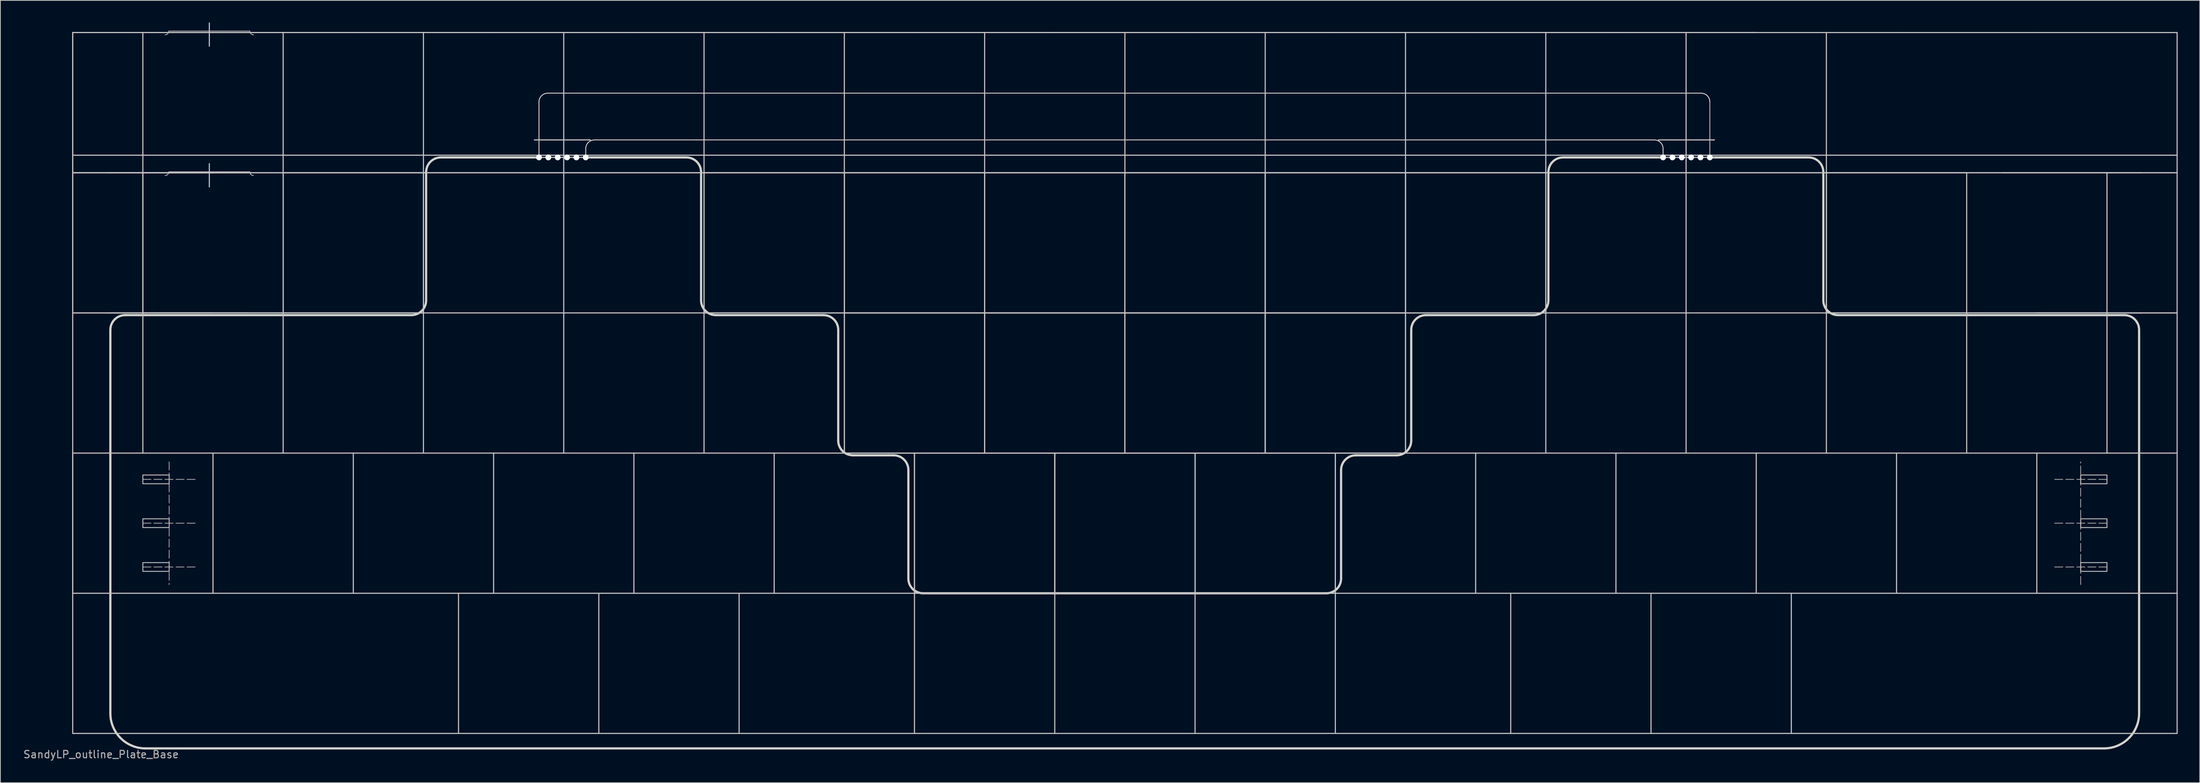
<source format=kicad_pcb>
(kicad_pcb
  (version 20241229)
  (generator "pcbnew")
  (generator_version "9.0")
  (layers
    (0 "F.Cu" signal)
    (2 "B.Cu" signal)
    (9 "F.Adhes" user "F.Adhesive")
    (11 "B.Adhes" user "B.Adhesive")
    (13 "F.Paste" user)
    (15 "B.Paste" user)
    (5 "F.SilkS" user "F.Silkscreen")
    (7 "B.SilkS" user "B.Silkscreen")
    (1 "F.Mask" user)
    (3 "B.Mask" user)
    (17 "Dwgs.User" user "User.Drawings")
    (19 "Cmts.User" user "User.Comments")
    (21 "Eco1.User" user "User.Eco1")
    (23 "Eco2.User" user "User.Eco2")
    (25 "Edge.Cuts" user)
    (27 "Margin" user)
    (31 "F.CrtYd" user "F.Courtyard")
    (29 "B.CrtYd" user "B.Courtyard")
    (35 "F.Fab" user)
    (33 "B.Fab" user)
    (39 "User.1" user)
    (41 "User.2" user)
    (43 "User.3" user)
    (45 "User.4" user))
  (footprint "SandyLP_outline_Plate_Base"
    (layer "F.Cu")
    (at 6.823 1.375)
    (property "Reference" "SandyLP_outline_Plate_Base" (at 3.85 98.1 0) (layer "F.Fab") (effects (font (size 1 1) (thickness 0.15))))
    (attr through_hole)
    (fp_rect (start 9.525 60.127) (end 13.097 61.317) (stroke (width 0.1) (type solid)) (fill yes) (layer "F.Mask"))
    (fp_rect (start 9.525 66.08) (end 13.097 67.27) (stroke (width 0.1) (type solid)) (fill yes) (layer "F.Mask"))
    (fp_rect (start 9.525 72.033) (end 13.097 73.223) (stroke (width 0.1) (type solid)) (fill yes) (layer "F.Mask"))
    (fp_rect (start 276.225 61.317) (end 272.653 60.127) (stroke (width 0.1) (type solid)) (fill yes) (layer "F.Mask"))
    (fp_rect (start 276.225 67.27) (end 272.653 66.08) (stroke (width 0.1) (type solid)) (fill yes) (layer "F.Mask"))
    (fp_rect (start 276.225 73.223) (end 272.653 72.033) (stroke (width 0.1) (type solid)) (fill yes) (layer "F.Mask"))
    (fp_rect (start 9.525 60.127) (end 13.097 61.343) (stroke (width 0.1) (type solid)) (fill yes) (layer "B.Mask"))
    (fp_rect (start 9.525 66.08) (end 13.097 67.296) (stroke (width 0.1) (type solid)) (fill yes) (layer "B.Mask"))
    (fp_rect (start 9.525 72.033) (end 13.097 73.249) (stroke (width 0.1) (type solid)) (fill yes) (layer "B.Mask"))
    (fp_rect (start 276.225 61.317) (end 272.653 60.101) (stroke (width 0.1) (type solid)) (fill yes) (layer "B.Mask"))
    (fp_rect (start 276.225 67.27) (end 272.653 66.054) (stroke (width 0.1) (type solid)) (fill yes) (layer "B.Mask"))
    (fp_rect (start 276.225 73.223) (end 272.653 72.007) (stroke (width 0.1) (type solid)) (fill yes) (layer "B.Mask"))
    (fp_line (start 0 0) (end 19.05 0) (stroke (width 0.15) (type solid)) (layer "Dwgs.User"))
    (fp_line (start 0 0) (end 19.05 0) (stroke (width 0.15) (type solid)) (layer "Dwgs.User"))
    (fp_line (start 0 19.05) (end 0 0) (stroke (width 0.15) (type solid)) (layer "Dwgs.User"))
    (fp_line (start 0 19.05) (end 0 0) (stroke (width 0.15) (type solid)) (layer "Dwgs.User"))
    (fp_line (start 0 19.05) (end 0 38.1) (stroke (width 0.15) (type solid)) (layer "Dwgs.User"))
    (fp_line (start 0 19.05) (end 0 38.1) (stroke (width 0.15) (type solid)) (layer "Dwgs.User"))
    (fp_line (start 0 38.1) (end 19.05 38.1) (stroke (width 0.15) (type solid)) (layer "Dwgs.User"))
    (fp_line (start 0 57.15) (end 0 38.1) (stroke (width 0.15) (type solid)) (layer "Dwgs.User"))
    (fp_line (start 0 57.15) (end 104.775 57.15) (stroke (width 0.15) (type solid)) (layer "Dwgs.User"))
    (fp_line (start 0 76.2) (end 0 57.15) (stroke (width 0.15) (type solid)) (layer "Dwgs.User"))
    (fp_line (start 0 76.2) (end 0 57.15) (stroke (width 0.15) (type solid)) (layer "Dwgs.User"))
    (fp_line (start 0 76.2) (end 0 95.25) (stroke (width 0.15) (type solid)) (layer "Dwgs.User"))
    (fp_line (start 0 95.25) (end 285.75 95.25) (stroke (width 0.15) (type solid)) (layer "Dwgs.User"))
    (fp_line (start 4.763 19.05) (end 23.812 19.05) (stroke (width 0.15) (type solid)) (layer "Dwgs.User"))
    (fp_line (start 9.525 0) (end 9.525 19.05) (stroke (width 0.15) (type solid)) (layer "Dwgs.User"))
    (fp_line (start 9.525 38.1) (end 9.525 19.05) (stroke (width 0.15) (type solid)) (layer "Dwgs.User"))
    (fp_line (start 9.525 38.1) (end 9.525 19.05) (stroke (width 0.15) (type solid)) (layer "Dwgs.User"))
    (fp_line (start 9.525 38.1) (end 9.525 57.15) (stroke (width 0.15) (type solid)) (layer "Dwgs.User"))
    (fp_line (start 13.05 -0.2) (end 24.05 -0.2) (stroke (width 0.1) (type solid)) (layer "Dwgs.User"))
    (fp_line (start 13.05 18.925) (end 24.05 18.925) (stroke (width 0.1) (type solid)) (layer "Dwgs.User"))
    (fp_line (start 18.55 -1.3) (end 18.55 1.85) (stroke (width 0.15) (type solid)) (layer "Dwgs.User"))
    (fp_line (start 18.55 17.825) (end 18.55 20.975) (stroke (width 0.15) (type solid)) (layer "Dwgs.User"))
    (fp_line (start 19.05 0) (end 38.1 0) (stroke (width 0.15) (type solid)) (layer "Dwgs.User"))
    (fp_line (start 19.05 0) (end 38.1 0) (stroke (width 0.15) (type solid)) (layer "Dwgs.User"))
    (fp_line (start 19.05 19.05) (end 0 19.05) (stroke (width 0.15) (type solid)) (layer "Dwgs.User"))
    (fp_line (start 19.05 19.05) (end 0 19.05) (stroke (width 0.15) (type solid)) (layer "Dwgs.User"))
    (fp_line (start 19.05 38.1) (end 0 38.1) (stroke (width 0.15) (type solid)) (layer "Dwgs.User"))
    (fp_line (start 19.05 57.15) (end 19.05 76.2) (stroke (width 0.15) (type solid)) (layer "Dwgs.User"))
    (fp_line (start 23.812 38.1) (end 4.763 38.1) (stroke (width 0.15) (type solid)) (layer "Dwgs.User"))
    (fp_line (start 28.575 19.05) (end 28.575 0) (stroke (width 0.15) (type solid)) (layer "Dwgs.User"))
    (fp_line (start 28.575 19.05) (end 47.625 19.05) (stroke (width 0.15) (type solid)) (layer "Dwgs.User"))
    (fp_line (start 28.575 38.1) (end 9.525 38.1) (stroke (width 0.15) (type solid)) (layer "Dwgs.User"))
    (fp_line (start 28.575 38.1) (end 9.525 38.1) (stroke (width 0.15) (type solid)) (layer "Dwgs.User"))
    (fp_line (start 28.575 38.1) (end 9.525 38.1) (stroke (width 0.15) (type solid)) (layer "Dwgs.User"))
    (fp_line (start 28.575 38.1) (end 28.575 19.05) (stroke (width 0.15) (type solid)) (layer "Dwgs.User"))
    (fp_line (start 28.575 38.1) (end 28.575 19.05) (stroke (width 0.15) (type solid)) (layer "Dwgs.User"))
    (fp_line (start 28.575 38.1) (end 28.575 57.15) (stroke (width 0.15) (type solid)) (layer "Dwgs.User"))
    (fp_line (start 38.1 0) (end 57.15 0) (stroke (width 0.15) (type solid)) (layer "Dwgs.User"))
    (fp_line (start 38.1 0) (end 57.15 0) (stroke (width 0.15) (type solid)) (layer "Dwgs.User"))
    (fp_line (start 38.1 19.05) (end 19.05 19.05) (stroke (width 0.15) (type solid)) (layer "Dwgs.User"))
    (fp_line (start 38.1 57.15) (end 38.1 76.2) (stroke (width 0.15) (type solid)) (layer "Dwgs.User"))
    (fp_line (start 47.625 0) (end 47.625 19.05) (stroke (width 0.15) (type solid)) (layer "Dwgs.User"))
    (fp_line (start 47.625 19.05) (end 47.625 38.1) (stroke (width 0.15) (type solid)) (layer "Dwgs.User"))
    (fp_line (start 47.625 19.05) (end 47.625 38.1) (stroke (width 0.15) (type solid)) (layer "Dwgs.User"))
    (fp_line (start 47.625 19.05) (end 47.625 38.1) (stroke (width 0.15) (type solid)) (layer "Dwgs.User"))
    (fp_line (start 47.625 38.1) (end 28.575 38.1) (stroke (width 0.15) (type solid)) (layer "Dwgs.User"))
    (fp_line (start 47.625 38.1) (end 28.575 38.1) (stroke (width 0.15) (type solid)) (layer "Dwgs.User"))
    (fp_line (start 47.625 38.1) (end 28.575 38.1) (stroke (width 0.15) (type solid)) (layer "Dwgs.User"))
    (fp_line (start 47.625 38.1) (end 47.625 57.15) (stroke (width 0.15) (type solid)) (layer "Dwgs.User"))
    (fp_line (start 47.625 38.1) (end 85.725 38.1) (stroke (width 0.15) (type solid)) (layer "Dwgs.User"))
    (fp_line (start 52.388 76.2) (end 52.388 95.25) (stroke (width 0.15) (type solid)) (layer "Dwgs.User"))
    (fp_line (start 57.15 0) (end 76.2 0) (stroke (width 0.15) (type solid)) (layer "Dwgs.User"))
    (fp_line (start 57.15 0) (end 76.2 0) (stroke (width 0.15) (type solid)) (layer "Dwgs.User"))
    (fp_line (start 57.15 19.05) (end 38.1 19.05) (stroke (width 0.15) (type solid)) (layer "Dwgs.User"))
    (fp_line (start 57.15 57.15) (end 57.15 76.2) (stroke (width 0.15) (type solid)) (layer "Dwgs.User"))
    (fp_line (start 66.675 0) (end 66.675 19.05) (stroke (width 0.15) (type solid)) (layer "Dwgs.User"))
    (fp_line (start 66.675 19.05) (end 66.675 38.1) (stroke (width 0.15) (type solid)) (layer "Dwgs.User"))
    (fp_line (start 66.675 38.1) (end 66.675 57.15) (stroke (width 0.15) (type solid)) (layer "Dwgs.User"))
    (fp_line (start 70.288 14.587) (end 62.688 14.587) (stroke (width 0.15) (type solid)) (layer "Dwgs.User"))
    (fp_line (start 70.288 16.969) (end 62.688 16.969) (stroke (width 0.15) (type solid)) (layer "Dwgs.User"))
    (fp_line (start 71.438 76.2) (end 71.438 95.25) (stroke (width 0.15) (type solid)) (layer "Dwgs.User"))
    (fp_line (start 76.2 0) (end 95.25 0) (stroke (width 0.15) (type solid)) (layer "Dwgs.User"))
    (fp_line (start 76.2 0) (end 95.25 0) (stroke (width 0.15) (type solid)) (layer "Dwgs.User"))
    (fp_line (start 76.2 19.05) (end 57.15 19.05) (stroke (width 0.15) (type solid)) (layer "Dwgs.User"))
    (fp_line (start 76.2 57.15) (end 76.2 76.2) (stroke (width 0.15) (type solid)) (layer "Dwgs.User"))
    (fp_line (start 85.725 19.05) (end 85.725 0) (stroke (width 0.15) (type solid)) (layer "Dwgs.User"))
    (fp_line (start 85.725 19.05) (end 104.775 19.05) (stroke (width 0.15) (type solid)) (layer "Dwgs.User"))
    (fp_line (start 85.725 38.1) (end 85.725 19.05) (stroke (width 0.15) (type solid)) (layer "Dwgs.User"))
    (fp_line (start 85.725 38.1) (end 85.725 19.05) (stroke (width 0.15) (type solid)) (layer "Dwgs.User"))
    (fp_line (start 85.725 38.1) (end 85.725 57.15) (stroke (width 0.15) (type solid)) (layer "Dwgs.User"))
    (fp_line (start 90.487 76.2) (end 90.487 95.25) (stroke (width 0.15) (type solid)) (layer "Dwgs.User"))
    (fp_line (start 95.25 0) (end 114.3 0) (stroke (width 0.15) (type solid)) (layer "Dwgs.User"))
    (fp_line (start 95.25 0) (end 114.3 0) (stroke (width 0.15) (type solid)) (layer "Dwgs.User"))
    (fp_line (start 95.25 19.05) (end 76.2 19.05) (stroke (width 0.15) (type solid)) (layer "Dwgs.User"))
    (fp_line (start 95.25 57.15) (end 95.25 76.2) (stroke (width 0.15) (type solid)) (layer "Dwgs.User"))
    (fp_line (start 104.775 0) (end 104.775 19.05) (stroke (width 0.15) (type solid)) (layer "Dwgs.User"))
    (fp_line (start 104.775 19.05) (end 104.775 38.1) (stroke (width 0.15) (type solid)) (layer "Dwgs.User"))
    (fp_line (start 104.775 19.05) (end 123.825 19.05) (stroke (width 0.15) (type solid)) (layer "Dwgs.User"))
    (fp_line (start 104.775 38.1) (end 85.725 38.1) (stroke (width 0.15) (type solid)) (layer "Dwgs.User"))
    (fp_line (start 104.775 38.1) (end 85.725 38.1) (stroke (width 0.15) (type solid)) (layer "Dwgs.User"))
    (fp_line (start 104.775 38.1) (end 104.775 19.05) (stroke (width 0.15) (type solid)) (layer "Dwgs.User"))
    (fp_line (start 104.775 38.1) (end 104.775 19.05) (stroke (width 0.15) (type solid)) (layer "Dwgs.User"))
    (fp_line (start 104.775 38.1) (end 123.825 38.1) (stroke (width 0.15) (type solid)) (layer "Dwgs.User"))
    (fp_line (start 104.775 38.1) (end 123.825 38.1) (stroke (width 0.15) (type solid)) (layer "Dwgs.User"))
    (fp_line (start 104.775 57.15) (end 104.775 38.1) (stroke (width 0.15) (type solid)) (layer "Dwgs.User"))
    (fp_line (start 104.775 57.15) (end 104.775 38.1) (stroke (width 0.15) (type solid)) (layer "Dwgs.User"))
    (fp_line (start 114.3 0) (end 133.35 0) (stroke (width 0.15) (type solid)) (layer "Dwgs.User"))
    (fp_line (start 114.3 0) (end 133.35 0) (stroke (width 0.15) (type solid)) (layer "Dwgs.User"))
    (fp_line (start 114.3 19.05) (end 95.25 19.05) (stroke (width 0.15) (type solid)) (layer "Dwgs.User"))
    (fp_line (start 114.3 57.15) (end 133.35 57.15) (stroke (width 0.15) (type solid)) (layer "Dwgs.User"))
    (fp_line (start 114.3 57.15) (end 133.35 57.15) (stroke (width 0.15) (type solid)) (layer "Dwgs.User"))
    (fp_line (start 114.3 76.2) (end 0 76.2) (stroke (width 0.15) (type solid)) (layer "Dwgs.User"))
    (fp_line (start 114.3 76.2) (end 114.3 57.15) (stroke (width 0.15) (type solid)) (layer "Dwgs.User"))
    (fp_line (start 114.3 76.2) (end 114.3 57.15) (stroke (width 0.15) (type solid)) (layer "Dwgs.User"))
    (fp_line (start 114.3 76.2) (end 114.3 95.25) (stroke (width 0.15) (type solid)) (layer "Dwgs.User"))
    (fp_line (start 114.3 76.2) (end 133.35 76.2) (stroke (width 0.15) (type solid)) (layer "Dwgs.User"))
    (fp_line (start 123.825 19.05) (end 123.825 0) (stroke (width 0.15) (type solid)) (layer "Dwgs.User"))
    (fp_line (start 123.825 19.05) (end 123.825 38.1) (stroke (width 0.15) (type solid)) (layer "Dwgs.User"))
    (fp_line (start 123.825 19.05) (end 123.825 38.1) (stroke (width 0.15) (type solid)) (layer "Dwgs.User"))
    (fp_line (start 123.825 19.05) (end 142.875 19.05) (stroke (width 0.15) (type solid)) (layer "Dwgs.User"))
    (fp_line (start 123.825 38.1) (end 104.775 38.1) (stroke (width 0.15) (type solid)) (layer "Dwgs.User"))
    (fp_line (start 123.825 38.1) (end 104.775 38.1) (stroke (width 0.15) (type solid)) (layer "Dwgs.User"))
    (fp_line (start 123.825 38.1) (end 123.825 19.05) (stroke (width 0.15) (type solid)) (layer "Dwgs.User"))
    (fp_line (start 123.825 38.1) (end 123.825 57.15) (stroke (width 0.15) (type solid)) (layer "Dwgs.User"))
    (fp_line (start 123.825 38.1) (end 142.875 38.1) (stroke (width 0.15) (type solid)) (layer "Dwgs.User"))
    (fp_line (start 123.825 38.1) (end 142.875 38.1) (stroke (width 0.15) (type solid)) (layer "Dwgs.User"))
    (fp_line (start 123.825 57.15) (end 104.775 57.15) (stroke (width 0.15) (type solid)) (layer "Dwgs.User"))
    (fp_line (start 123.825 57.15) (end 104.775 57.15) (stroke (width 0.15) (type solid)) (layer "Dwgs.User"))
    (fp_line (start 123.825 57.15) (end 123.825 38.1) (stroke (width 0.15) (type solid)) (layer "Dwgs.User"))
    (fp_line (start 123.825 57.15) (end 123.825 38.1) (stroke (width 0.15) (type solid)) (layer "Dwgs.User"))
    (fp_line (start 133.35 0) (end 152.4 0) (stroke (width 0.15) (type solid)) (layer "Dwgs.User"))
    (fp_line (start 133.35 0) (end 152.4 0) (stroke (width 0.15) (type solid)) (layer "Dwgs.User"))
    (fp_line (start 133.35 19.05) (end 114.3 19.05) (stroke (width 0.15) (type solid)) (layer "Dwgs.User"))
    (fp_line (start 133.35 57.15) (end 133.35 76.2) (stroke (width 0.15) (type solid)) (layer "Dwgs.User"))
    (fp_line (start 133.35 57.15) (end 152.4 57.15) (stroke (width 0.15) (type solid)) (layer "Dwgs.User"))
    (fp_line (start 133.35 57.15) (end 152.4 57.15) (stroke (width 0.15) (type solid)) (layer "Dwgs.User"))
    (fp_line (start 133.35 76.2) (end 114.3 76.2) (stroke (width 0.15) (type solid)) (layer "Dwgs.User"))
    (fp_line (start 133.35 76.2) (end 114.3 76.2) (stroke (width 0.15) (type solid)) (layer "Dwgs.User"))
    (fp_line (start 133.35 76.2) (end 133.35 57.15) (stroke (width 0.15) (type solid)) (layer "Dwgs.User"))
    (fp_line (start 133.35 76.2) (end 133.35 57.15) (stroke (width 0.15) (type solid)) (layer "Dwgs.User"))
    (fp_line (start 133.35 76.2) (end 133.35 95.25) (stroke (width 0.15) (type solid)) (layer "Dwgs.User"))
    (fp_line (start 142.875 19.05) (end 142.875 0) (stroke (width 0.15) (type solid)) (layer "Dwgs.User"))
    (fp_line (start 142.875 19.05) (end 142.875 38.1) (stroke (width 0.15) (type solid)) (layer "Dwgs.User"))
    (fp_line (start 142.875 19.05) (end 142.875 38.1) (stroke (width 0.15) (type solid)) (layer "Dwgs.User"))
    (fp_line (start 142.875 19.05) (end 161.925 19.05) (stroke (width 0.15) (type solid)) (layer "Dwgs.User"))
    (fp_line (start 142.875 38.1) (end 123.825 38.1) (stroke (width 0.15) (type solid)) (layer "Dwgs.User"))
    (fp_line (start 142.875 38.1) (end 123.825 38.1) (stroke (width 0.15) (type solid)) (layer "Dwgs.User"))
    (fp_line (start 142.875 38.1) (end 142.875 19.05) (stroke (width 0.15) (type solid)) (layer "Dwgs.User"))
    (fp_line (start 142.875 38.1) (end 142.875 57.15) (stroke (width 0.15) (type solid)) (layer "Dwgs.User"))
    (fp_line (start 142.875 38.1) (end 161.925 38.1) (stroke (width 0.15) (type solid)) (layer "Dwgs.User"))
    (fp_line (start 142.875 38.1) (end 161.925 38.1) (stroke (width 0.15) (type solid)) (layer "Dwgs.User"))
    (fp_line (start 142.875 57.15) (end 123.825 57.15) (stroke (width 0.15) (type solid)) (layer "Dwgs.User"))
    (fp_line (start 142.875 57.15) (end 123.825 57.15) (stroke (width 0.15) (type solid)) (layer "Dwgs.User"))
    (fp_line (start 142.875 57.15) (end 142.875 38.1) (stroke (width 0.15) (type solid)) (layer "Dwgs.User"))
    (fp_line (start 142.875 57.15) (end 142.875 38.1) (stroke (width 0.15) (type solid)) (layer "Dwgs.User"))
    (fp_line (start 152.4 0) (end 171.45 0) (stroke (width 0.15) (type solid)) (layer "Dwgs.User"))
    (fp_line (start 152.4 0) (end 171.45 0) (stroke (width 0.15) (type solid)) (layer "Dwgs.User"))
    (fp_line (start 152.4 19.05) (end 133.35 19.05) (stroke (width 0.15) (type solid)) (layer "Dwgs.User"))
    (fp_line (start 152.4 57.15) (end 152.4 76.2) (stroke (width 0.15) (type solid)) (layer "Dwgs.User"))
    (fp_line (start 152.4 57.15) (end 171.45 57.15) (stroke (width 0.15) (type solid)) (layer "Dwgs.User"))
    (fp_line (start 152.4 57.15) (end 171.45 57.15) (stroke (width 0.15) (type solid)) (layer "Dwgs.User"))
    (fp_line (start 152.4 76.2) (end 133.35 76.2) (stroke (width 0.15) (type solid)) (layer "Dwgs.User"))
    (fp_line (start 152.4 76.2) (end 133.35 76.2) (stroke (width 0.15) (type solid)) (layer "Dwgs.User"))
    (fp_line (start 152.4 76.2) (end 152.4 57.15) (stroke (width 0.15) (type solid)) (layer "Dwgs.User"))
    (fp_line (start 152.4 76.2) (end 152.4 57.15) (stroke (width 0.15) (type solid)) (layer "Dwgs.User"))
    (fp_line (start 152.4 76.2) (end 152.4 95.25) (stroke (width 0.15) (type solid)) (layer "Dwgs.User"))
    (fp_line (start 161.925 0) (end 161.925 19.05) (stroke (width 0.15) (type solid)) (layer "Dwgs.User"))
    (fp_line (start 161.925 19.05) (end 161.925 38.1) (stroke (width 0.15) (type solid)) (layer "Dwgs.User"))
    (fp_line (start 161.925 19.05) (end 180.975 19.05) (stroke (width 0.15) (type solid)) (layer "Dwgs.User"))
    (fp_line (start 161.925 38.1) (end 142.875 38.1) (stroke (width 0.15) (type solid)) (layer "Dwgs.User"))
    (fp_line (start 161.925 38.1) (end 142.875 38.1) (stroke (width 0.15) (type solid)) (layer "Dwgs.User"))
    (fp_line (start 161.925 38.1) (end 161.925 19.05) (stroke (width 0.15) (type solid)) (layer "Dwgs.User"))
    (fp_line (start 161.925 38.1) (end 161.925 19.05) (stroke (width 0.15) (type solid)) (layer "Dwgs.User"))
    (fp_line (start 161.925 38.1) (end 161.925 57.15) (stroke (width 0.15) (type solid)) (layer "Dwgs.User"))
    (fp_line (start 161.925 38.1) (end 180.975 38.1) (stroke (width 0.15) (type solid)) (layer "Dwgs.User"))
    (fp_line (start 161.925 38.1) (end 180.975 38.1) (stroke (width 0.15) (type solid)) (layer "Dwgs.User"))
    (fp_line (start 161.925 57.15) (end 142.875 57.15) (stroke (width 0.15) (type solid)) (layer "Dwgs.User"))
    (fp_line (start 161.925 57.15) (end 142.875 57.15) (stroke (width 0.15) (type solid)) (layer "Dwgs.User"))
    (fp_line (start 161.925 57.15) (end 161.925 38.1) (stroke (width 0.15) (type solid)) (layer "Dwgs.User"))
    (fp_line (start 161.925 57.15) (end 161.925 38.1) (stroke (width 0.15) (type solid)) (layer "Dwgs.User"))
    (fp_line (start 171.45 0) (end 190.5 0) (stroke (width 0.15) (type solid)) (layer "Dwgs.User"))
    (fp_line (start 171.45 0) (end 190.5 0) (stroke (width 0.15) (type solid)) (layer "Dwgs.User"))
    (fp_line (start 171.45 19.05) (end 152.4 19.05) (stroke (width 0.15) (type solid)) (layer "Dwgs.User"))
    (fp_line (start 171.45 57.15) (end 171.45 76.2) (stroke (width 0.15) (type solid)) (layer "Dwgs.User"))
    (fp_line (start 171.45 57.15) (end 171.45 76.2) (stroke (width 0.15) (type solid)) (layer "Dwgs.User"))
    (fp_line (start 171.45 76.2) (end 152.4 76.2) (stroke (width 0.15) (type solid)) (layer "Dwgs.User"))
    (fp_line (start 171.45 76.2) (end 152.4 76.2) (stroke (width 0.15) (type solid)) (layer "Dwgs.User"))
    (fp_line (start 171.45 76.2) (end 171.45 95.25) (stroke (width 0.15) (type solid)) (layer "Dwgs.User"))
    (fp_line (start 171.45 76.2) (end 285.75 76.2) (stroke (width 0.15) (type solid)) (layer "Dwgs.User"))
    (fp_line (start 180.975 0) (end 180.975 19.05) (stroke (width 0.15) (type solid)) (layer "Dwgs.User"))
    (fp_line (start 180.975 19.05) (end 180.975 38.1) (stroke (width 0.15) (type solid)) (layer "Dwgs.User"))
    (fp_line (start 180.975 19.05) (end 180.975 38.1) (stroke (width 0.15) (type solid)) (layer "Dwgs.User"))
    (fp_line (start 180.975 19.05) (end 200.025 19.05) (stroke (width 0.15) (type solid)) (layer "Dwgs.User"))
    (fp_line (start 180.975 38.1) (end 161.925 38.1) (stroke (width 0.15) (type solid)) (layer "Dwgs.User"))
    (fp_line (start 180.975 38.1) (end 161.925 38.1) (stroke (width 0.15) (type solid)) (layer "Dwgs.User"))
    (fp_line (start 180.975 38.1) (end 180.975 19.05) (stroke (width 0.15) (type solid)) (layer "Dwgs.User"))
    (fp_line (start 180.975 38.1) (end 180.975 57.15) (stroke (width 0.15) (type solid)) (layer "Dwgs.User"))
    (fp_line (start 180.975 38.1) (end 180.975 57.15) (stroke (width 0.15) (type solid)) (layer "Dwgs.User"))
    (fp_line (start 180.975 57.15) (end 161.925 57.15) (stroke (width 0.15) (type solid)) (layer "Dwgs.User"))
    (fp_line (start 180.975 57.15) (end 161.925 57.15) (stroke (width 0.15) (type solid)) (layer "Dwgs.User"))
    (fp_line (start 180.975 57.15) (end 285.75 57.15) (stroke (width 0.15) (type solid)) (layer "Dwgs.User"))
    (fp_line (start 190.5 0) (end 209.55 0) (stroke (width 0.15) (type solid)) (layer "Dwgs.User"))
    (fp_line (start 190.5 0) (end 209.55 0) (stroke (width 0.15) (type solid)) (layer "Dwgs.User"))
    (fp_line (start 190.5 19.05) (end 171.45 19.05) (stroke (width 0.15) (type solid)) (layer "Dwgs.User"))
    (fp_line (start 190.5 57.15) (end 190.5 76.2) (stroke (width 0.15) (type solid)) (layer "Dwgs.User"))
    (fp_line (start 195.262 76.2) (end 195.262 95.25) (stroke (width 0.15) (type solid)) (layer "Dwgs.User"))
    (fp_line (start 200.025 19.05) (end 200.025 0) (stroke (width 0.15) (type solid)) (layer "Dwgs.User"))
    (fp_line (start 200.025 19.05) (end 200.025 38.1) (stroke (width 0.15) (type solid)) (layer "Dwgs.User"))
    (fp_line (start 200.025 19.05) (end 200.025 38.1) (stroke (width 0.15) (type solid)) (layer "Dwgs.User"))
    (fp_line (start 200.025 38.1) (end 180.975 38.1) (stroke (width 0.15) (type solid)) (layer "Dwgs.User"))
    (fp_line (start 200.025 38.1) (end 180.975 38.1) (stroke (width 0.15) (type solid)) (layer "Dwgs.User"))
    (fp_line (start 200.025 38.1) (end 200.025 57.15) (stroke (width 0.15) (type solid)) (layer "Dwgs.User"))
    (fp_line (start 200.025 38.1) (end 238.125 38.1) (stroke (width 0.15) (type solid)) (layer "Dwgs.User"))
    (fp_line (start 209.55 0) (end 228.6 0) (stroke (width 0.15) (type solid)) (layer "Dwgs.User"))
    (fp_line (start 209.55 0) (end 228.6 0) (stroke (width 0.15) (type solid)) (layer "Dwgs.User"))
    (fp_line (start 209.55 19.05) (end 190.5 19.05) (stroke (width 0.15) (type solid)) (layer "Dwgs.User"))
    (fp_line (start 209.55 57.15) (end 209.55 76.2) (stroke (width 0.15) (type solid)) (layer "Dwgs.User"))
    (fp_line (start 214.312 76.2) (end 214.312 95.25) (stroke (width 0.15) (type solid)) (layer "Dwgs.User"))
    (fp_line (start 219.075 19.05) (end 219.075 0) (stroke (width 0.15) (type solid)) (layer "Dwgs.User"))
    (fp_line (start 219.075 19.05) (end 219.075 38.1) (stroke (width 0.15) (type solid)) (layer "Dwgs.User"))
    (fp_line (start 219.075 38.1) (end 219.075 57.15) (stroke (width 0.15) (type solid)) (layer "Dwgs.User"))
    (fp_line (start 222.925 14.587) (end 215.325 14.587) (stroke (width 0.15) (type solid)) (layer "Dwgs.User"))
    (fp_line (start 222.925 16.969) (end 215.325 16.969) (stroke (width 0.15) (type solid)) (layer "Dwgs.User"))
    (fp_line (start 228.6 0) (end 247.65 0) (stroke (width 0.15) (type solid)) (layer "Dwgs.User"))
    (fp_line (start 228.6 19.05) (end 209.55 19.05) (stroke (width 0.15) (type solid)) (layer "Dwgs.User"))
    (fp_line (start 228.6 57.15) (end 228.6 76.2) (stroke (width 0.15) (type solid)) (layer "Dwgs.User"))
    (fp_line (start 233.363 76.2) (end 233.363 95.25) (stroke (width 0.15) (type solid)) (layer "Dwgs.User"))
    (fp_line (start 238.125 0) (end 238.125 19.05) (stroke (width 0.15) (type solid)) (layer "Dwgs.User"))
    (fp_line (start 238.125 19.05) (end 238.125 38.1) (stroke (width 0.15) (type solid)) (layer "Dwgs.User"))
    (fp_line (start 238.125 19.05) (end 257.175 19.05) (stroke (width 0.15) (type solid)) (layer "Dwgs.User"))
    (fp_line (start 238.125 38.1) (end 238.125 19.05) (stroke (width 0.15) (type solid)) (layer "Dwgs.User"))
    (fp_line (start 238.125 38.1) (end 238.125 19.05) (stroke (width 0.15) (type solid)) (layer "Dwgs.User"))
    (fp_line (start 238.125 38.1) (end 238.125 57.15) (stroke (width 0.15) (type solid)) (layer "Dwgs.User"))
    (fp_line (start 238.125 38.1) (end 257.175 38.1) (stroke (width 0.15) (type solid)) (layer "Dwgs.User"))
    (fp_line (start 247.65 0) (end 266.7 0) (stroke (width 0.15) (type solid)) (layer "Dwgs.User"))
    (fp_line (start 247.65 19.05) (end 228.6 19.05) (stroke (width 0.15) (type solid)) (layer "Dwgs.User"))
    (fp_line (start 247.65 57.15) (end 247.65 76.2) (stroke (width 0.15) (type solid)) (layer "Dwgs.User"))
    (fp_line (start 257.175 19.05) (end 257.175 38.1) (stroke (width 0.15) (type solid)) (layer "Dwgs.User"))
    (fp_line (start 257.175 38.1) (end 238.125 38.1) (stroke (width 0.15) (type solid)) (layer "Dwgs.User"))
    (fp_line (start 257.175 38.1) (end 238.125 38.1) (stroke (width 0.15) (type solid)) (layer "Dwgs.User"))
    (fp_line (start 257.175 38.1) (end 257.175 57.15) (stroke (width 0.15) (type solid)) (layer "Dwgs.User"))
    (fp_line (start 257.175 38.1) (end 276.225 38.1) (stroke (width 0.15) (type solid)) (layer "Dwgs.User"))
    (fp_line (start 261.938 19.05) (end 280.988 19.05) (stroke (width 0.15) (type solid)) (layer "Dwgs.User"))
    (fp_line (start 266.7 0) (end 285.75 0) (stroke (width 0.15) (type solid)) (layer "Dwgs.User"))
    (fp_line (start 266.7 19.05) (end 247.65 19.05) (stroke (width 0.15) (type solid)) (layer "Dwgs.User"))
    (fp_line (start 266.7 57.15) (end 266.7 76.2) (stroke (width 0.15) (type solid)) (layer "Dwgs.User"))
    (fp_line (start 276.225 38.1) (end 257.175 38.1) (stroke (width 0.15) (type solid)) (layer "Dwgs.User"))
    (fp_line (start 276.225 38.1) (end 276.225 19.05) (stroke (width 0.15) (type solid)) (layer "Dwgs.User"))
    (fp_line (start 276.225 38.1) (end 276.225 57.15) (stroke (width 0.15) (type solid)) (layer "Dwgs.User"))
    (fp_line (start 280.988 38.1) (end 257.175 38.1) (stroke (width 0.15) (type solid)) (layer "Dwgs.User"))
    (fp_line (start 285.75 0) (end 285.75 19.05) (stroke (width 0.15) (type solid)) (layer "Dwgs.User"))
    (fp_line (start 285.75 16.669) (end 0 16.669) (stroke (width 0.15) (type solid)) (layer "Dwgs.User"))
    (fp_line (start 285.75 19.05) (end 0 19.05) (stroke (width 0.15) (type solid)) (layer "Dwgs.User"))
    (fp_line (start 285.75 19.05) (end 266.7 19.05) (stroke (width 0.15) (type solid)) (layer "Dwgs.User"))
    (fp_line (start 285.75 19.05) (end 285.75 38.1) (stroke (width 0.15) (type solid)) (layer "Dwgs.User"))
    (fp_line (start 285.75 38.1) (end 266.7 38.1) (stroke (width 0.15) (type solid)) (layer "Dwgs.User"))
    (fp_line (start 285.75 38.1) (end 266.7 38.1) (stroke (width 0.15) (type solid)) (layer "Dwgs.User"))
    (fp_line (start 285.75 38.1) (end 285.75 57.15) (stroke (width 0.15) (type solid)) (layer "Dwgs.User"))
    (fp_line (start 285.75 57.15) (end 285.75 76.2) (stroke (width 0.15) (type solid)) (layer "Dwgs.User"))
    (fp_line (start 285.75 95.25) (end 285.75 76.2) (stroke (width 0.15) (type solid)) (layer "Dwgs.User"))
    (fp_rect (start 9.525 60.127) (end 13.097 61.317) (stroke (width 0.12) (type default)) (fill no) (layer "Dwgs.User"))
    (fp_rect (start 9.525 66.08) (end 13.097 67.27) (stroke (width 0.12) (type default)) (fill no) (layer "Dwgs.User"))
    (fp_rect (start 9.525 72.033) (end 13.097 73.223) (stroke (width 0.12) (type default)) (fill no) (layer "Dwgs.User"))
    (fp_rect (start 276.225 61.317) (end 272.653 60.127) (stroke (width 0.12) (type default)) (fill no) (layer "Dwgs.User"))
    (fp_rect (start 276.225 67.27) (end 272.653 66.08) (stroke (width 0.12) (type default)) (fill no) (layer "Dwgs.User"))
    (fp_rect (start 276.225 73.223) (end 272.653 72.033) (stroke (width 0.12) (type default)) (fill no) (layer "Dwgs.User"))
    (fp_arc (start 13.05 -0.20004) (mid 12.903546 0.1535) (end 12.55 0.29996) (stroke (width 0.1) (type solid)) (layer "Dwgs.User"))
    (fp_arc (start 13.05 18.925) (mid 12.903553 19.278553) (end 12.55 19.425) (stroke (width 0.1) (type solid)) (layer "Dwgs.User"))
    (fp_arc (start 24.55 0.29996) (mid 24.19644 0.153515) (end 24.05 -0.20004) (stroke (width 0.1) (type solid)) (layer "Dwgs.User"))
    (fp_arc (start 24.55 19.425) (mid 24.196461 19.278551) (end 24.05 18.925) (stroke (width 0.1) (type solid)) (layer "Dwgs.User"))
    (fp_arc (start 88.34 37.54996) (mid 86.925779 36.964175) (end 86.34 35.54996) (stroke (width 0.3) (type solid)) (layer "Eco1.User"))
    (fp_line (start 5.013 35.786) (end 5.013 21.731) (stroke (width 0.3) (type solid)) (layer "Eco2.User"))
    (fp_line (start 7.013 37.786) (end 45.3 37.8) (stroke (width 0.3) (type solid)) (layer "Eco2.User"))
    (fp_line (start 9.775 16.969) (end 45.31 16.969) (stroke (width 0.3) (type solid)) (layer "Eco2.User"))
    (fp_line (start 47.3 35.8) (end 47.31 18.969) (stroke (width 0.3) (type solid)) (layer "Eco2.User"))
    (fp_line (start 86.34 35.55) (end 86.34 18.969) (stroke (width 0.3) (type solid)) (layer "Eco2.User"))
    (fp_line (start 88.34 37.55) (end 103.4 37.55) (stroke (width 0.3) (type solid)) (layer "Eco2.User"))
    (fp_line (start 105.4 54.55) (end 105.4 39.55) (stroke (width 0.3) (type solid)) (layer "Eco2.User"))
    (fp_line (start 107.4 56.55) (end 112.925 56.55) (stroke (width 0.3) (type solid)) (layer "Eco2.User"))
    (fp_line (start 114.925 73.625) (end 114.925 58.55) (stroke (width 0.3) (type solid)) (layer "Eco2.User"))
    (fp_line (start 116.925 75.625) (end 168.85 75.621) (stroke (width 0.3) (type solid)) (layer "Eco2.User"))
    (fp_line (start 170.85 73.621) (end 170.85 58.489) (stroke (width 0.3) (type solid)) (layer "Eco2.User"))
    (fp_line (start 172.85 56.489) (end 178.35 56.479) (stroke (width 0.3) (type solid)) (layer "Eco2.User"))
    (fp_line (start 180.35 54.479) (end 180.35 39.472) (stroke (width 0.3) (type solid)) (layer "Eco2.User"))
    (fp_line (start 182.35 37.472) (end 197.43 37.462) (stroke (width 0.3) (type solid)) (layer "Eco2.User"))
    (fp_line (start 197.43 16.969) (end 88.34 16.969) (stroke (width 0.3) (type solid)) (layer "Eco2.User"))
    (fp_line (start 199.43 35.462) (end 199.43 18.969) (stroke (width 0.3) (type solid)) (layer "Eco2.User"))
    (fp_line (start 238.45 35.8) (end 238.44 18.969) (stroke (width 0.3) (type solid)) (layer "Eco2.User"))
    (fp_line (start 275.975 16.969) (end 240.44 16.969) (stroke (width 0.3) (type solid)) (layer "Eco2.User"))
    (fp_line (start 278.738 37.786) (end 240.45 37.8) (stroke (width 0.3) (type solid)) (layer "Eco2.User"))
    (fp_line (start 280.738 35.786) (end 280.738 21.731) (stroke (width 0.3) (type solid)) (layer "Eco2.User"))
    (fp_arc (start 5.0125 21.73121) (mid 6.407404 18.363614) (end 9.775 16.96871) (stroke (width 0.3) (type default)) (layer "Eco2.User"))
    (fp_arc (start 7.0125 37.785786) (mid 5.59827 37.200002) (end 5.0125 35.785786) (stroke (width 0.3) (type solid)) (layer "Eco2.User"))
    (fp_arc (start 45.31 16.96871) (mid 46.724224 17.554495) (end 47.31 18.96871) (stroke (width 0.3) (type solid)) (layer "Eco2.User"))
    (fp_arc (start 47.3 35.8) (mid 46.714214 37.214214) (end 45.3 37.8) (stroke (width 0.3) (type solid)) (layer "Eco2.User"))
    (fp_arc (start 86.34 18.96871) (mid 86.925797 17.554516) (end 88.34 16.96871) (stroke (width 0.3) (type solid)) (layer "Eco2.User"))
    (fp_arc (start 88.34 37.54996) (mid 86.925809 36.964145) (end 86.34 35.54996) (stroke (width 0.3) (type solid)) (layer "Eco2.User"))
    (fp_arc (start 103.4 37.54996) (mid 104.814206 38.135748) (end 105.4 39.54996) (stroke (width 0.3) (type solid)) (layer "Eco2.User"))
    (fp_arc (start 107.4 56.54996) (mid 105.985779 55.964175) (end 105.4 54.54996) (stroke (width 0.3) (type solid)) (layer "Eco2.User"))
    (fp_arc (start 112.925 56.54996) (mid 114.339206 57.135748) (end 114.925 58.54996) (stroke (width 0.3) (type solid)) (layer "Eco2.User"))
    (fp_arc (start 116.925 75.62496) (mid 115.510779 75.039175) (end 114.925 73.62496) (stroke (width 0.3) (type solid)) (layer "Eco2.User"))
    (fp_arc (start 170.85 58.489174) (mid 171.43578 57.074974) (end 172.85 56.489174) (stroke (width 0.3) (type solid)) (layer "Eco2.User"))
    (fp_arc (start 170.85 73.620746) (mid 170.264182 75.034926) (end 168.85 75.620746) (stroke (width 0.3) (type solid)) (layer "Eco2.User"))
    (fp_arc (start 180.35 39.471532) (mid 180.93576 38.057294) (end 182.35 37.471532) (stroke (width 0.3) (type solid)) (layer "Eco2.User"))
    (fp_arc (start 180.35 54.479174) (mid 179.764208 55.893401) (end 178.35 56.479174) (stroke (width 0.3) (type solid)) (layer "Eco2.User"))
    (fp_arc (start 197.43 16.96871) (mid 198.844224 17.554495) (end 199.43 18.96871) (stroke (width 0.3) (type solid)) (layer "Eco2.User"))
    (fp_arc (start 199.43 35.461532) (mid 198.844187 36.875721) (end 197.43 37.461532) (stroke (width 0.3) (type solid)) (layer "Eco2.User"))
    (fp_arc (start 238.44 18.96871) (mid 239.025797 17.554516) (end 240.44 16.96871) (stroke (width 0.3) (type solid)) (layer "Eco2.User"))
    (fp_arc (start 240.45 37.8) (mid 239.035801 37.214211) (end 238.45 35.8) (stroke (width 0.3) (type solid)) (layer "Eco2.User"))
    (fp_arc (start 275.975 16.96871) (mid 279.342607 18.363612) (end 280.7375 21.73121) (stroke (width 0.3) (type default)) (layer "Eco2.User"))
    (fp_arc (start 280.7375 35.785786) (mid 280.151733 37.200034) (end 278.7375 37.785786) (stroke (width 0.3) (type solid)) (layer "Eco2.User"))
    (fp_line (start 5.112 92.519) (end 5.112 40.4) (stroke (width 0.3) (type solid)) (layer "Edge.Cuts"))
    (fp_line (start 7.112 38.4) (end 45.987 38.4) (stroke (width 0.3) (type solid)) (layer "Edge.Cuts"))
    (fp_line (start 47.987 18.969) (end 47.987 36.4) (stroke (width 0.3) (type solid)) (layer "Edge.Cuts"))
    (fp_line (start 49.987 16.969) (end 63.313 16.969) (stroke (width 0.3) (type solid)) (layer "Edge.Cuts"))
    (fp_line (start 63.313 9.428) (end 63.313 16.969) (stroke (width 0.12) (type solid)) (layer "Edge.Cuts"))
    (fp_line (start 69.662 15.778) (end 69.663 16.969) (stroke (width 0.12) (type solid)) (layer "Edge.Cuts"))
    (fp_line (start 69.663 16.969) (end 83.325 16.969) (stroke (width 0.3) (type solid)) (layer "Edge.Cuts"))
    (fp_line (start 70.853 14.587) (end 214.76 14.587) (stroke (width 0.12) (type solid)) (layer "Edge.Cuts"))
    (fp_line (start 85.325 18.969) (end 85.325 36.4) (stroke (width 0.3) (type solid)) (layer "Edge.Cuts"))
    (fp_line (start 87.325 38.4) (end 101.947 38.4) (stroke (width 0.3) (type solid)) (layer "Edge.Cuts"))
    (fp_line (start 103.947 40.4) (end 103.947 55.45) (stroke (width 0.3) (type solid)) (layer "Edge.Cuts"))
    (fp_line (start 105.947 57.45) (end 111.472 57.45) (stroke (width 0.3) (type solid)) (layer "Edge.Cuts"))
    (fp_line (start 113.472 59.45) (end 113.472 74.2) (stroke (width 0.3) (type solid)) (layer "Edge.Cuts"))
    (fp_line (start 170.228 76.2) (end 115.472 76.2) (stroke (width 0.3) (type solid)) (layer "Edge.Cuts"))
    (fp_line (start 172.228 59.45) (end 172.228 74.2) (stroke (width 0.3) (type solid)) (layer "Edge.Cuts"))
    (fp_line (start 179.753 57.45) (end 174.228 57.45) (stroke (width 0.3) (type solid)) (layer "Edge.Cuts"))
    (fp_line (start 181.753 40.4) (end 181.753 55.45) (stroke (width 0.3) (type solid)) (layer "Edge.Cuts"))
    (fp_line (start 198.375 38.4) (end 183.753 38.4) (stroke (width 0.3) (type solid)) (layer "Edge.Cuts"))
    (fp_line (start 200.375 18.969) (end 200.375 36.4) (stroke (width 0.3) (type solid)) (layer "Edge.Cuts"))
    (fp_line (start 215.95 15.778) (end 215.95 16.969) (stroke (width 0.12) (type solid)) (layer "Edge.Cuts"))
    (fp_line (start 215.95 16.969) (end 202.375 16.969) (stroke (width 0.3) (type solid)) (layer "Edge.Cuts"))
    (fp_line (start 221.11 8.237) (end 64.503 8.237) (stroke (width 0.12) (type solid)) (layer "Edge.Cuts"))
    (fp_line (start 222.3 16.969) (end 222.3 9.428) (stroke (width 0.1) (type solid)) (layer "Edge.Cuts"))
    (fp_line (start 235.713 16.969) (end 222.3 16.969) (stroke (width 0.3) (type solid)) (layer "Edge.Cuts"))
    (fp_line (start 237.713 18.969) (end 237.713 36.4) (stroke (width 0.3) (type solid)) (layer "Edge.Cuts"))
    (fp_line (start 275.825 97.281) (end 9.875 97.281) (stroke (width 0.3) (type solid)) (layer "Edge.Cuts"))
    (fp_line (start 278.587 38.4) (end 239.713 38.4) (stroke (width 0.3) (type solid)) (layer "Edge.Cuts"))
    (fp_line (start 280.587 40.4) (end 280.587 92.519) (stroke (width 0.3) (type solid)) (layer "Edge.Cuts"))
    (fp_arc (start 5.1125 40.39996) (mid 5.698286 38.985746) (end 7.1125 38.39996) (stroke (width 0.3) (type solid)) (layer "Edge.Cuts"))
    (fp_arc (start 9.875 97.28121) (mid 6.507404 95.886306) (end 5.1125 92.51871) (stroke (width 0.3) (type default)) (layer "Edge.Cuts"))
    (fp_arc (start 47.9875 18.96871) (mid 48.573286 17.554496) (end 49.9875 16.96871) (stroke (width 0.3) (type solid)) (layer "Edge.Cuts"))
    (fp_arc (start 47.9875 36.39996) (mid 47.401713 37.814173) (end 45.9875 38.39996) (stroke (width 0.3) (type solid)) (layer "Edge.Cuts"))
    (fp_arc (start 63.312503 9.428085) (mid 63.661218 8.586173) (end 64.503128 8.23746) (stroke (width 0.12) (type solid)) (layer "Edge.Cuts"))
    (fp_arc (start 69.6625 15.778085) (mid 70.011192 14.936149) (end 70.853128 14.587457) (stroke (width 0.12) (type solid)) (layer "Edge.Cuts"))
    (fp_arc (start 83.325 16.96871) (mid 84.739192 17.5545) (end 85.325 18.96871) (stroke (width 0.3) (type solid)) (layer "Edge.Cuts"))
    (fp_arc (start 87.325 38.39996) (mid 85.910787 37.814173) (end 85.325 36.39996) (stroke (width 0.3) (type solid)) (layer "Edge.Cuts"))
    (fp_arc (start 101.946875 38.39996) (mid 103.361088 38.985747) (end 103.946875 40.39996) (stroke (width 0.3) (type solid)) (layer "Edge.Cuts"))
    (fp_arc (start 105.946875 57.44996) (mid 104.532662 56.864173) (end 103.946875 55.44996) (stroke (width 0.3) (type solid)) (layer "Edge.Cuts"))
    (fp_arc (start 111.471875 57.44996) (mid 112.886088 58.035747) (end 113.471875 59.44996) (stroke (width 0.3) (type solid)) (layer "Edge.Cuts"))
    (fp_arc (start 115.471875 76.2) (mid 114.057665 75.614207) (end 113.471875 74.2) (stroke (width 0.3) (type solid)) (layer "Edge.Cuts"))
    (fp_arc (start 172.228125 59.44996) (mid 172.813911 58.035745) (end 174.228125 57.44996) (stroke (width 0.3) (type solid)) (layer "Edge.Cuts"))
    (fp_arc (start 172.228125 74.2) (mid 171.642328 75.6142) (end 170.228125 76.2) (stroke (width 0.3) (type solid)) (layer "Edge.Cuts"))
    (fp_arc (start 181.753125 40.39996) (mid 182.338911 38.985745) (end 183.753125 38.39996) (stroke (width 0.3) (type solid)) (layer "Edge.Cuts"))
    (fp_arc (start 181.753125 55.44996) (mid 181.167339 56.864175) (end 179.753125 57.44996) (stroke (width 0.3) (type solid)) (layer "Edge.Cuts"))
    (fp_arc (start 200.375 18.96871) (mid 200.960801 17.554522) (end 202.375 16.96871) (stroke (width 0.3) (type solid)) (layer "Edge.Cuts"))
    (fp_arc (start 200.375 36.39996) (mid 199.789214 37.814174) (end 198.375 38.39996) (stroke (width 0.3) (type solid)) (layer "Edge.Cuts"))
    (fp_arc (start 214.759525 14.58746) (mid 215.601415 14.936195) (end 215.95015 15.778085) (stroke (width 0.12) (type solid)) (layer "Edge.Cuts"))
    (fp_arc (start 221.109525 8.23746) (mid 221.951395 8.586197) (end 222.30015 9.428085) (stroke (width 0.12) (type solid)) (layer "Edge.Cuts"))
    (fp_arc (start 235.7125 16.96871) (mid 237.126728 17.554494) (end 237.7125 18.96871) (stroke (width 0.3) (type solid)) (layer "Edge.Cuts"))
    (fp_arc (start 239.7125 38.39996) (mid 238.298295 37.814165) (end 237.7125 36.39996) (stroke (width 0.3) (type solid)) (layer "Edge.Cuts"))
    (fp_arc (start 278.5875 38.39996) (mid 280.001692 38.98575) (end 280.5875 40.39996) (stroke (width 0.3) (type solid)) (layer "Edge.Cuts"))
    (fp_arc (start 280.5875 92.51871) (mid 279.192591 95.886301) (end 275.825 97.28121) (stroke (width 0.3) (type default)) (layer "Edge.Cuts"))
    (fp_line (start 9.525 60.722) (end 16.669 60.722) (stroke (width 0.1) (type dash)) (layer "F.Fab"))
    (fp_line (start 9.525 66.675) (end 16.669 66.675) (stroke (width 0.1) (type dash)) (layer "F.Fab"))
    (fp_line (start 9.525 72.628) (end 16.669 72.628) (stroke (width 0.1) (type dash)) (layer "F.Fab"))
    (fp_line (start 13.097 58.341) (end 13.097 75.009) (stroke (width 0.1) (type dash)) (layer "F.Fab"))
    (fp_line (start 272.653 75.009) (end 272.653 58.341) (stroke (width 0.1) (type dash)) (layer "F.Fab"))
    (fp_line (start 276.225 60.722) (end 269.081 60.722) (stroke (width 0.1) (type dash)) (layer "F.Fab"))
    (fp_line (start 276.225 66.675) (end 269.081 66.675) (stroke (width 0.1) (type dash)) (layer "F.Fab"))
    (fp_line (start 276.225 72.628) (end 269.081 72.628) (stroke (width 0.1) (type dash)) (layer "F.Fab"))
    (pad "" np_thru_hole circle (at 63.313 16.969 180) (size 0.787 0.787) (drill 0.787) (layers "*.Cu" "*.Mask"))
    (pad "" np_thru_hole circle (at 64.583 16.969 180) (size 0.787 0.787) (drill 0.787) (layers "*.Cu" "*.Mask"))
    (pad "" np_thru_hole circle (at 65.853 16.969 180) (size 0.787 0.787) (drill 0.787) (layers "*.Cu" "*.Mask"))
    (pad "" np_thru_hole circle (at 67.123 16.969 180) (size 0.787 0.787) (drill 0.787) (layers "*.Cu" "*.Mask"))
    (pad "" np_thru_hole circle (at 68.393 16.969 180) (size 0.787 0.787) (drill 0.787) (layers "*.Cu" "*.Mask"))
    (pad "" np_thru_hole circle (at 69.663 16.969 180) (size 0.787 0.787) (drill 0.787) (layers "*.Cu" "*.Mask"))
    (pad "" np_thru_hole circle (at 215.95 16.969 180) (size 0.787 0.787) (drill 0.787) (layers "*.Cu" "*.Mask"))
    (pad "" np_thru_hole circle (at 217.22 16.969 180) (size 0.787 0.787) (drill 0.787) (layers "*.Cu" "*.Mask"))
    (pad "" np_thru_hole circle (at 218.49 16.969 180) (size 0.787 0.787) (drill 0.787) (layers "*.Cu" "*.Mask"))
    (pad "" np_thru_hole circle (at 219.76 16.969 180) (size 0.787 0.787) (drill 0.787) (layers "*.Cu" "*.Mask"))
    (pad "" np_thru_hole circle (at 221.03 16.969 180) (size 0.787 0.787) (drill 0.787) (layers "*.Cu" "*.Mask"))
    (pad "" np_thru_hole circle (at 222.3 16.969 180) (size 0.787 0.787) (drill 0.787) (layers "*.Cu" "*.Mask"))
    (zone (net_name "") (layers "F.Cu" "B.Cu") (hatch edge 0.508) (connect_pads) (min_thickness 0.254) (filled_areas_thickness no) (keepout (tracks allowed) (vias allowed) (pads allowed) (copperpour not_allowed) (footprints allowed)) (placement (enabled no)) (fill) (polygon (pts (xy 19.919 62.692) (xy 16.348 62.692) (xy 16.348 61.502) (xy 19.919 61.502))))
    (zone (net_name "") (layers "F.Cu" "B.Cu") (hatch edge 0.508) (connect_pads) (min_thickness 0.254) (filled_areas_thickness no) (keepout (tracks allowed) (vias allowed) (pads allowed) (copperpour not_allowed) (footprints allowed)) (placement (enabled no)) (fill) (polygon (pts (xy 19.919 68.645) (xy 16.348 68.645) (xy 16.348 67.455) (xy 19.919 67.455))))
    (zone (net_name "") (layers "F.Cu" "B.Cu") (hatch edge 0.508) (connect_pads) (min_thickness 0.254) (filled_areas_thickness no) (keepout (tracks allowed) (vias allowed) (pads allowed) (copperpour not_allowed) (footprints allowed)) (placement (enabled no)) (fill) (polygon (pts (xy 19.919 74.598) (xy 16.348 74.598) (xy 16.348 73.408) (xy 19.919 73.408))))
    (zone (net_name "") (layers "F.Cu" "B.Cu") (hatch edge 0.508) (connect_pads) (min_thickness 0.254) (filled_areas_thickness no) (keepout (tracks allowed) (vias allowed) (pads allowed) (copperpour not_allowed) (footprints allowed)) (placement (enabled no)) (fill) (polygon (pts (xy 279.476 61.502) (xy 283.048 61.502) (xy 283.048 62.692) (xy 279.476 62.692))))
    (zone (net_name "") (layers "F.Cu" "B.Cu") (hatch edge 0.508) (connect_pads) (min_thickness 0.254) (filled_areas_thickness no) (keepout (tracks allowed) (vias allowed) (pads allowed) (copperpour not_allowed) (footprints allowed)) (placement (enabled no)) (fill) (polygon (pts (xy 279.476 67.455) (xy 283.048 67.455) (xy 283.048 68.645) (xy 279.476 68.645))))
    (zone (net_name "") (layers "F.Cu" "B.Cu") (hatch edge 0.508) (connect_pads) (min_thickness 0.254) (filled_areas_thickness no) (keepout (tracks allowed) (vias allowed) (pads allowed) (copperpour not_allowed) (footprints allowed)) (placement (enabled no)) (fill) (polygon (pts (xy 279.476 73.408) (xy 283.048 73.408) (xy 283.048 74.598) (xy 279.476 74.598)))))
  (gr_rect
    (start -3 -3)
    (end 295.648 103.323)
    (stroke (width 0.1) (type default))
    (fill no)
    (layer "Edge.Cuts")))
</source>
